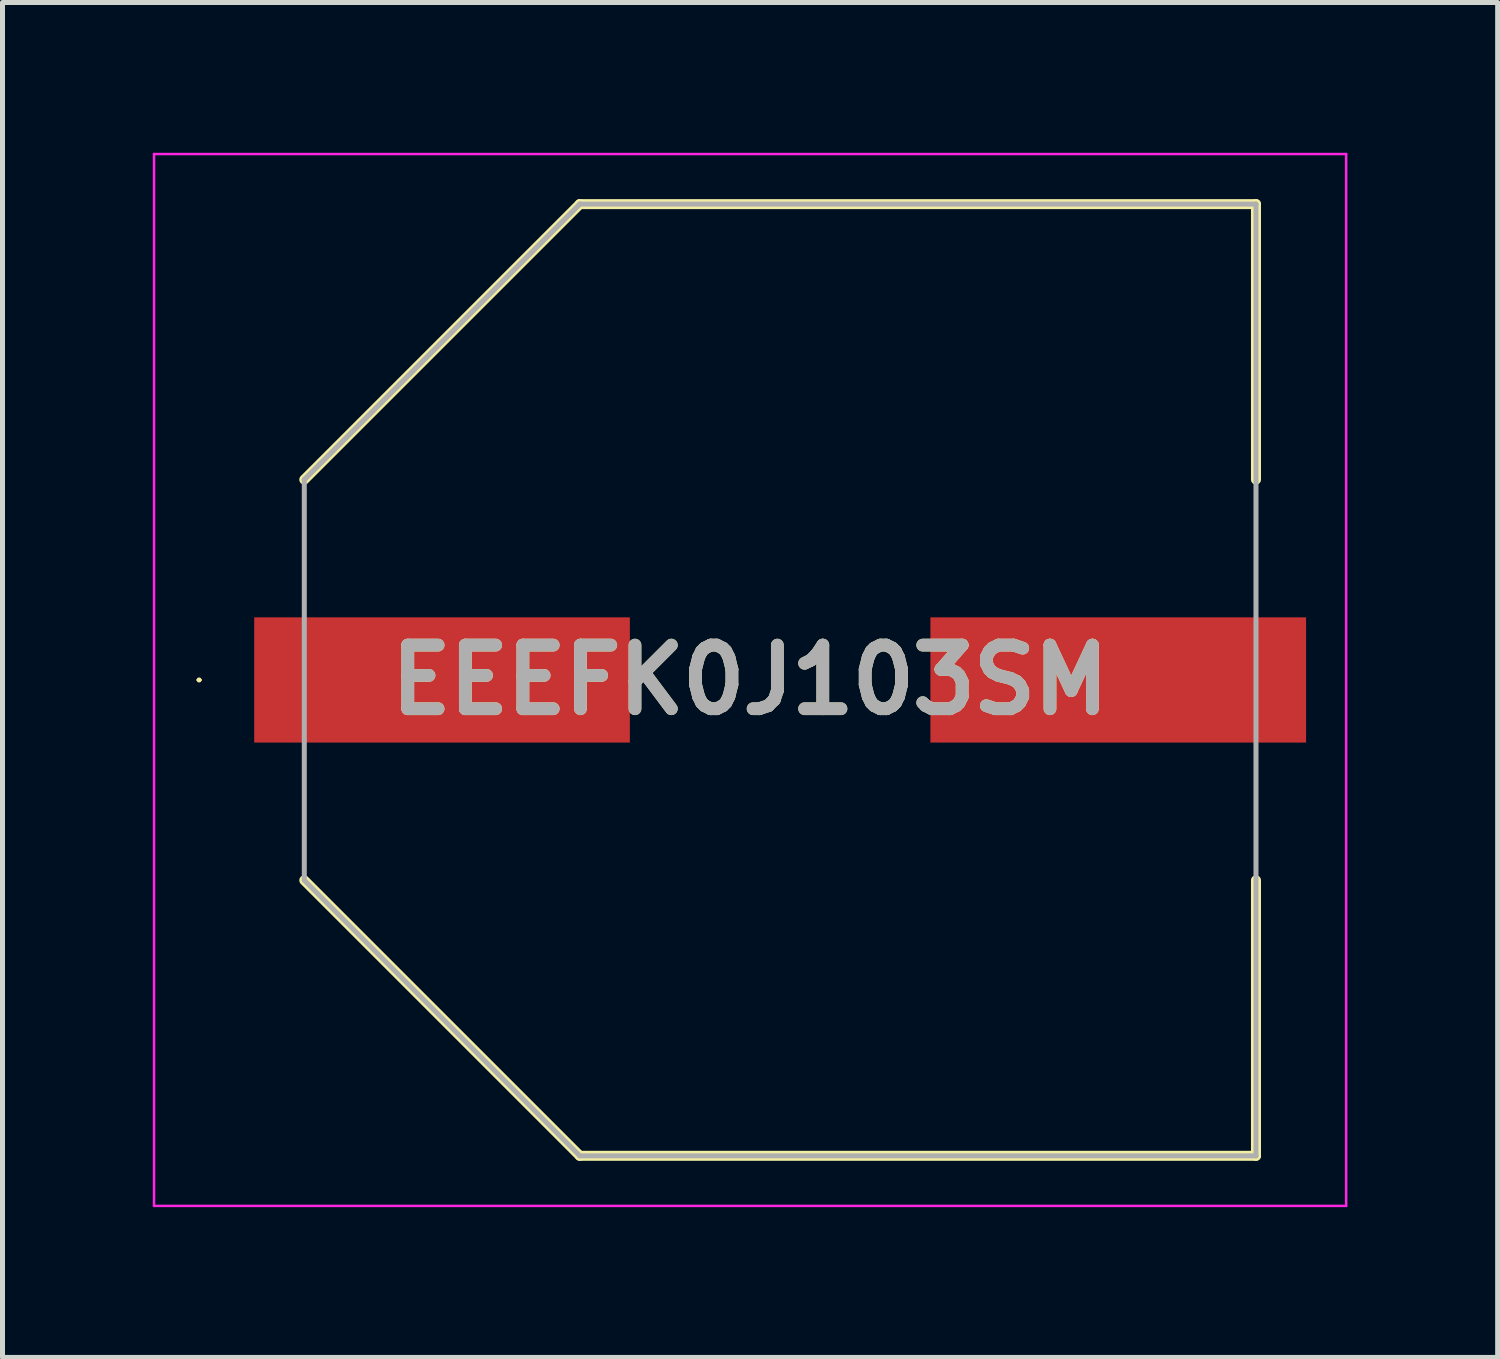
<source format=kicad_pcb>
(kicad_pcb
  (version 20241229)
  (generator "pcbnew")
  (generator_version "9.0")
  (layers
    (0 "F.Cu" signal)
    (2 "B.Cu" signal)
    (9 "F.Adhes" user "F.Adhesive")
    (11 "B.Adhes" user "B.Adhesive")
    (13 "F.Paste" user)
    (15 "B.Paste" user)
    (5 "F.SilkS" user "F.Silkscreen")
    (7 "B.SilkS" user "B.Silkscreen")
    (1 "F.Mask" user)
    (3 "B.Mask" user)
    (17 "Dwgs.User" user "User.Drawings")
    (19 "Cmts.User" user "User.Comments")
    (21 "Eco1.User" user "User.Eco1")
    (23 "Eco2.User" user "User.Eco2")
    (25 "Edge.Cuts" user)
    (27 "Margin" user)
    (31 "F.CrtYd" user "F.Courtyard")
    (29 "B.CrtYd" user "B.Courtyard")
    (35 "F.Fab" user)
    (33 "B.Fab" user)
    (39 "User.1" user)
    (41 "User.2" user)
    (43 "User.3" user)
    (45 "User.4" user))
  (footprint "EEEFK0J103SM"
    (layer "F.Cu")
    (at 12.525 10.525)
    (property "Reference" "EEEFK0J103SM" (at -0.6 0 0) (layer "F.SilkS") (effects (font (size 1.27 1.27) (thickness 0.254))))
    (attr smd)
    (fp_line (start -11.625 0) (end -11.625 0) (stroke (width 0.05) (type solid)) (layer "F.SilkS"))
    (fp_line (start -11.575 0) (end -11.575 0) (stroke (width 0.05) (type solid)) (layer "F.SilkS"))
    (fp_line (start -9.5 -4) (end -4 -9.5) (stroke (width 0.2) (type solid)) (layer "F.SilkS"))
    (fp_line (start -9.5 4) (end -4 9.5) (stroke (width 0.2) (type solid)) (layer "F.SilkS"))
    (fp_line (start -4 -9.5) (end 9.5 -9.5) (stroke (width 0.2) (type solid)) (layer "F.SilkS"))
    (fp_line (start -4 9.5) (end 9.5 9.5) (stroke (width 0.2) (type solid)) (layer "F.SilkS"))
    (fp_line (start 9.5 -9.5) (end 9.5 -4) (stroke (width 0.2) (type solid)) (layer "F.SilkS"))
    (fp_line (start 9.5 9.5) (end 9.5 4) (stroke (width 0.2) (type solid)) (layer "F.SilkS"))
    (fp_arc (start -11.625 0) (mid -11.6 -0.025) (end -11.575 0) (stroke (width 0.05) (type solid)) (layer "F.SilkS"))
    (fp_arc (start -11.575 0) (mid -11.6 0.025) (end -11.625 0) (stroke (width 0.05) (type solid)) (layer "F.SilkS"))
    (fp_line (start -12.5 -10.5) (end 11.3 -10.5) (stroke (width 0.05) (type solid)) (layer "F.CrtYd"))
    (fp_line (start -12.5 10.5) (end -12.5 -10.5) (stroke (width 0.05) (type solid)) (layer "F.CrtYd"))
    (fp_line (start 11.3 -10.5) (end 11.3 10.5) (stroke (width 0.05) (type solid)) (layer "F.CrtYd"))
    (fp_line (start 11.3 10.5) (end -12.5 10.5) (stroke (width 0.05) (type solid)) (layer "F.CrtYd"))
    (fp_line (start -9.5 -4) (end -4 -9.5) (stroke (width 0.1) (type solid)) (layer "F.Fab"))
    (fp_line (start -9.5 -4) (end -4 -9.5) (stroke (width 0.1) (type solid)) (layer "F.Fab"))
    (fp_line (start -9.5 4) (end -9.5 -4) (stroke (width 0.1) (type solid)) (layer "F.Fab"))
    (fp_line (start -4 -9.5) (end 9.5 -9.5) (stroke (width 0.1) (type solid)) (layer "F.Fab"))
    (fp_line (start -4 9.5) (end -9.5 4) (stroke (width 0.1) (type solid)) (layer "F.Fab"))
    (fp_line (start 9.5 -9.5) (end 9.5 9.5) (stroke (width 0.1) (type solid)) (layer "F.Fab"))
    (fp_line (start 9.5 9.5) (end -4 9.5) (stroke (width 0.1) (type solid)) (layer "F.Fab"))
    (fp_text user "${REFERENCE}" (at -0.6 0 0) (layer "F.Fab") (effects (font (size 1.27 1.27) (thickness 0.254))))
    (pad "1" smd rect (at -6.75 0 90) (size 2.5 7.5) (layers "F.Cu" "F.Mask" "F.Paste"))
    (pad "2" smd rect (at 6.75 0 90) (size 2.5 7.5) (layers "F.Cu" "F.Mask" "F.Paste")))
  (gr_rect
    (start -3 -3)
    (end 26.85 24.05)
    (stroke (width 0.1) (type default))
    (fill no)
    (layer "Edge.Cuts")))
</source>
